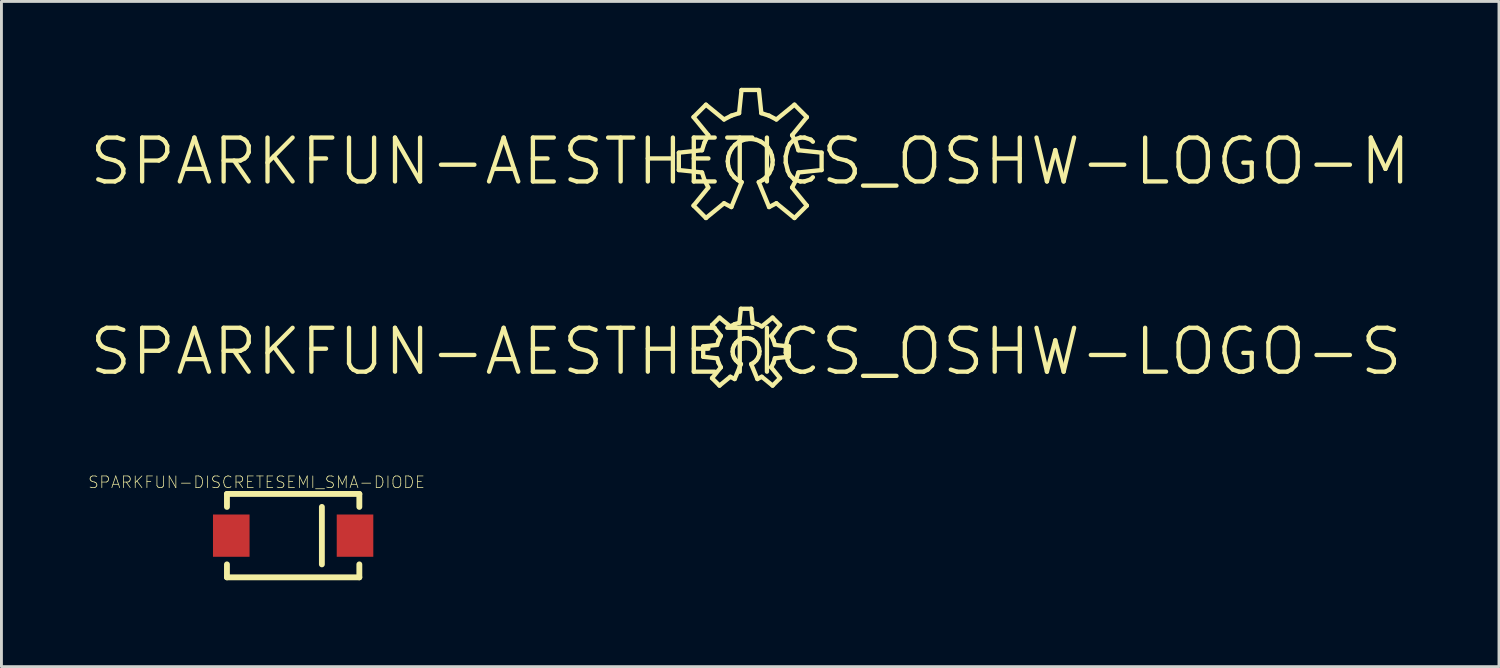
<source format=kicad_pcb>
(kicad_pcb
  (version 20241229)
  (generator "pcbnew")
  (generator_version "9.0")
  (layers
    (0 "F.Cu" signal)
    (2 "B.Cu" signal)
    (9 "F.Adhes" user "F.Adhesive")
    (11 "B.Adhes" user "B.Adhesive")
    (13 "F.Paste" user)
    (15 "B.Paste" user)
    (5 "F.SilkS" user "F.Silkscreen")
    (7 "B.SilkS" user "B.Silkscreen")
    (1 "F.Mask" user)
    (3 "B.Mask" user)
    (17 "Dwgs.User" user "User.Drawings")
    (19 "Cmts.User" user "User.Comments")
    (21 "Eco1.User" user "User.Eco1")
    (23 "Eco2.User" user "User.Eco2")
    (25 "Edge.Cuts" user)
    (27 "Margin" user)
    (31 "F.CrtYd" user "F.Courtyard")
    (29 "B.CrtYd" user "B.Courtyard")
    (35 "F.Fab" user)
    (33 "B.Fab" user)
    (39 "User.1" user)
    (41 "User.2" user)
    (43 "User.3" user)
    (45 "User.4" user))
  (footprint "SPARKFUN-AESTHETICS_OSHW-LOGO-M"
    (layer "F.Cu")
    (at 23.005 2.554)
    (property "Reference" "SPARKFUN-AESTHETICS_OSHW-LOGO-M" (at 0 0 0) (layer "F.SilkS") (effects (font (size 1.524 1.524) (thickness 0.15))))
    (attr exclude_from_pos_files exclude_from_bom)
    (fp_line (start -2.479 -0.302) (end -2.479 0.302) (stroke (width 0.15) (type solid)) (layer "F.SilkS"))
    (fp_line (start -2.479 0.302) (end -1.674 0.386) (stroke (width 0.15) (type solid)) (layer "F.SilkS"))
    (fp_line (start -1.968 -1.537) (end -1.455 -0.909) (stroke (width 0.15) (type solid)) (layer "F.SilkS"))
    (fp_line (start -1.968 1.537) (end -1.537 1.968) (stroke (width 0.15) (type solid)) (layer "F.SilkS"))
    (fp_line (start -1.674 -0.386) (end -2.479 -0.302) (stroke (width 0.15) (type solid)) (layer "F.SilkS"))
    (fp_line (start -1.674 0.386) (end -1.587 0.655) (stroke (width 0.15) (type solid)) (layer "F.SilkS"))
    (fp_line (start -1.587 -0.655) (end -1.674 -0.386) (stroke (width 0.15) (type solid)) (layer "F.SilkS"))
    (fp_line (start -1.587 0.655) (end -1.455 0.909) (stroke (width 0.15) (type solid)) (layer "F.SilkS"))
    (fp_line (start -1.537 -1.968) (end -1.968 -1.537) (stroke (width 0.15) (type solid)) (layer "F.SilkS"))
    (fp_line (start -1.537 1.968) (end -0.909 1.455) (stroke (width 0.15) (type solid)) (layer "F.SilkS"))
    (fp_line (start -1.455 -0.909) (end -1.587 -0.655) (stroke (width 0.15) (type solid)) (layer "F.SilkS"))
    (fp_line (start -1.455 0.909) (end -1.968 1.537) (stroke (width 0.15) (type solid)) (layer "F.SilkS"))
    (fp_line (start -0.909 -1.455) (end -1.537 -1.968) (stroke (width 0.15) (type solid)) (layer "F.SilkS"))
    (fp_line (start -0.909 1.455) (end -0.655 1.587) (stroke (width 0.15) (type solid)) (layer "F.SilkS"))
    (fp_line (start -0.78 0) (end -0.765 -0.157) (stroke (width 0.15) (type solid)) (layer "F.SilkS"))
    (fp_line (start -0.765 -0.157) (end -0.714 -0.312) (stroke (width 0.15) (type solid)) (layer "F.SilkS"))
    (fp_line (start -0.765 0.152) (end -0.78 0) (stroke (width 0.15) (type solid)) (layer "F.SilkS"))
    (fp_line (start -0.721 0.297) (end -0.765 0.152) (stroke (width 0.15) (type solid)) (layer "F.SilkS"))
    (fp_line (start -0.714 -0.312) (end -0.635 -0.45) (stroke (width 0.15) (type solid)) (layer "F.SilkS"))
    (fp_line (start -0.655 -1.587) (end -0.909 -1.455) (stroke (width 0.15) (type solid)) (layer "F.SilkS"))
    (fp_line (start -0.655 1.587) (end -0.297 0.721) (stroke (width 0.15) (type solid)) (layer "F.SilkS"))
    (fp_line (start -0.648 0.432) (end -0.721 0.297) (stroke (width 0.15) (type solid)) (layer "F.SilkS"))
    (fp_line (start -0.635 -0.45) (end -0.531 -0.572) (stroke (width 0.15) (type solid)) (layer "F.SilkS"))
    (fp_line (start -0.551 0.551) (end -0.648 0.432) (stroke (width 0.15) (type solid)) (layer "F.SilkS"))
    (fp_line (start -0.531 -0.572) (end -0.401 -0.668) (stroke (width 0.15) (type solid)) (layer "F.SilkS"))
    (fp_line (start -0.432 0.648) (end -0.551 0.551) (stroke (width 0.15) (type solid)) (layer "F.SilkS"))
    (fp_line (start -0.401 -0.668) (end -0.257 -0.737) (stroke (width 0.15) (type solid)) (layer "F.SilkS"))
    (fp_line (start -0.386 -1.674) (end -0.655 -1.587) (stroke (width 0.15) (type solid)) (layer "F.SilkS"))
    (fp_line (start -0.302 -2.479) (end -0.386 -1.674) (stroke (width 0.15) (type solid)) (layer "F.SilkS"))
    (fp_line (start -0.297 0.721) (end -0.432 0.648) (stroke (width 0.15) (type solid)) (layer "F.SilkS"))
    (fp_line (start -0.257 -0.737) (end -0.102 -0.772) (stroke (width 0.15) (type solid)) (layer "F.SilkS"))
    (fp_line (start -0.102 -0.772) (end 0.056 -0.777) (stroke (width 0.15) (type solid)) (layer "F.SilkS"))
    (fp_line (start 0.056 -0.777) (end 0.216 -0.749) (stroke (width 0.15) (type solid)) (layer "F.SilkS"))
    (fp_line (start 0.216 -0.749) (end 0.363 -0.688) (stroke (width 0.15) (type solid)) (layer "F.SilkS"))
    (fp_line (start 0.297 0.721) (end 0.655 1.587) (stroke (width 0.15) (type solid)) (layer "F.SilkS"))
    (fp_line (start 0.302 -2.479) (end -0.302 -2.479) (stroke (width 0.15) (type solid)) (layer "F.SilkS"))
    (fp_line (start 0.363 -0.688) (end 0.498 -0.599) (stroke (width 0.15) (type solid)) (layer "F.SilkS"))
    (fp_line (start 0.386 -1.674) (end 0.302 -2.479) (stroke (width 0.15) (type solid)) (layer "F.SilkS"))
    (fp_line (start 0.439 0.645) (end 0.297 0.721) (stroke (width 0.15) (type solid)) (layer "F.SilkS"))
    (fp_line (start 0.498 -0.599) (end 0.61 -0.485) (stroke (width 0.15) (type solid)) (layer "F.SilkS"))
    (fp_line (start 0.561 0.541) (end 0.439 0.645) (stroke (width 0.15) (type solid)) (layer "F.SilkS"))
    (fp_line (start 0.61 -0.485) (end 0.696 -0.351) (stroke (width 0.15) (type solid)) (layer "F.SilkS"))
    (fp_line (start 0.655 -1.587) (end 0.386 -1.674) (stroke (width 0.15) (type solid)) (layer "F.SilkS"))
    (fp_line (start 0.655 1.587) (end 0.909 1.455) (stroke (width 0.15) (type solid)) (layer "F.SilkS"))
    (fp_line (start 0.66 0.414) (end 0.561 0.541) (stroke (width 0.15) (type solid)) (layer "F.SilkS"))
    (fp_line (start 0.696 -0.351) (end 0.754 -0.201) (stroke (width 0.15) (type solid)) (layer "F.SilkS"))
    (fp_line (start 0.732 0.269) (end 0.66 0.414) (stroke (width 0.15) (type solid)) (layer "F.SilkS"))
    (fp_line (start 0.754 -0.201) (end 0.78 -0.043) (stroke (width 0.15) (type solid)) (layer "F.SilkS"))
    (fp_line (start 0.772 0.114) (end 0.732 0.269) (stroke (width 0.15) (type solid)) (layer "F.SilkS"))
    (fp_line (start 0.78 -0.043) (end 0.772 0.114) (stroke (width 0.15) (type solid)) (layer "F.SilkS"))
    (fp_line (start 0.909 -1.455) (end 0.655 -1.587) (stroke (width 0.15) (type solid)) (layer "F.SilkS"))
    (fp_line (start 0.909 1.455) (end 1.537 1.968) (stroke (width 0.15) (type solid)) (layer "F.SilkS"))
    (fp_line (start 1.455 -0.909) (end 1.968 -1.537) (stroke (width 0.15) (type solid)) (layer "F.SilkS"))
    (fp_line (start 1.455 0.909) (end 1.587 0.655) (stroke (width 0.15) (type solid)) (layer "F.SilkS"))
    (fp_line (start 1.537 -1.968) (end 0.909 -1.455) (stroke (width 0.15) (type solid)) (layer "F.SilkS"))
    (fp_line (start 1.537 1.968) (end 1.968 1.537) (stroke (width 0.15) (type solid)) (layer "F.SilkS"))
    (fp_line (start 1.587 -0.655) (end 1.455 -0.909) (stroke (width 0.15) (type solid)) (layer "F.SilkS"))
    (fp_line (start 1.587 0.655) (end 1.674 0.386) (stroke (width 0.15) (type solid)) (layer "F.SilkS"))
    (fp_line (start 1.674 -0.386) (end 1.587 -0.655) (stroke (width 0.15) (type solid)) (layer "F.SilkS"))
    (fp_line (start 1.674 0.386) (end 2.479 0.302) (stroke (width 0.15) (type solid)) (layer "F.SilkS"))
    (fp_line (start 1.968 -1.537) (end 1.537 -1.968) (stroke (width 0.15) (type solid)) (layer "F.SilkS"))
    (fp_line (start 1.968 1.537) (end 1.455 0.909) (stroke (width 0.15) (type solid)) (layer "F.SilkS"))
    (fp_line (start 2.479 -0.302) (end 1.674 -0.386) (stroke (width 0.15) (type solid)) (layer "F.SilkS"))
    (fp_line (start 2.479 0.302) (end 2.479 -0.302) (stroke (width 0.15) (type solid)) (layer "F.SilkS")))
  (footprint "SPARKFUN-DISCRETESEMI_SMA-DIODE"
    (layer "F.Cu")
    (at 7.131 15.553)
    (property "Reference" "SPARKFUN-DISCRETESEMI_SMA-DIODE" (at -1.27 -1.854 0) (layer "F.SilkS") (effects (font (size 0.406 0.406) (thickness 0.025))))
    (attr smd)
    (fp_line (start -2.299 -1.448) (end 2.299 -1.448) (stroke (width 0.203) (type solid)) (layer "F.SilkS"))
    (fp_line (start -2.299 -0.998) (end -2.299 -1.448) (stroke (width 0.203) (type solid)) (layer "F.SilkS"))
    (fp_line (start -2.299 1.448) (end -2.299 0.998) (stroke (width 0.203) (type solid)) (layer "F.SilkS"))
    (fp_line (start 0.998 -0.998) (end 0.998 0.998) (stroke (width 0.203) (type solid)) (layer "F.SilkS"))
    (fp_line (start 2.299 -1.448) (end 2.299 -0.998) (stroke (width 0.203) (type solid)) (layer "F.SilkS"))
    (fp_line (start 2.299 0.998) (end 2.299 1.448) (stroke (width 0.203) (type solid)) (layer "F.SilkS"))
    (fp_line (start 2.299 1.448) (end -2.299 1.448) (stroke (width 0.203) (type solid)) (layer "F.SilkS"))
    (pad "A" smd rect (at -2.149 0 180) (size 1.27 1.468) (layers "F.Cu" "F.Mask" "F.Paste"))
    (pad "C" smd rect (at 2.149 0) (size 1.27 1.468) (layers "F.Cu" "F.Mask" "F.Paste")))
  (footprint "SPARKFUN-AESTHETICS_OSHW-LOGO-S"
    (layer "F.Cu")
    (at 22.86 9.161)
    (property "Reference" "SPARKFUN-AESTHETICS_OSHW-LOGO-S" (at 0 0 0) (layer "F.SilkS") (effects (font (size 1.524 1.524) (thickness 0.15))))
    (attr exclude_from_pos_files exclude_from_bom)
    (fp_line (start -1.488 -0.18) (end -1.488 0.18) (stroke (width 0.15) (type solid)) (layer "F.SilkS"))
    (fp_line (start -1.488 0.18) (end -1.003 0.231) (stroke (width 0.15) (type solid)) (layer "F.SilkS"))
    (fp_line (start -1.181 -0.922) (end -0.874 -0.546) (stroke (width 0.15) (type solid)) (layer "F.SilkS"))
    (fp_line (start -1.181 0.922) (end -0.922 1.181) (stroke (width 0.15) (type solid)) (layer "F.SilkS"))
    (fp_line (start -1.003 -0.231) (end -1.488 -0.18) (stroke (width 0.15) (type solid)) (layer "F.SilkS"))
    (fp_line (start -1.003 0.231) (end -0.953 0.394) (stroke (width 0.15) (type solid)) (layer "F.SilkS"))
    (fp_line (start -0.953 -0.394) (end -1.003 -0.231) (stroke (width 0.15) (type solid)) (layer "F.SilkS"))
    (fp_line (start -0.953 0.394) (end -0.874 0.546) (stroke (width 0.15) (type solid)) (layer "F.SilkS"))
    (fp_line (start -0.922 -1.181) (end -1.181 -0.922) (stroke (width 0.15) (type solid)) (layer "F.SilkS"))
    (fp_line (start -0.922 1.181) (end -0.546 0.874) (stroke (width 0.15) (type solid)) (layer "F.SilkS"))
    (fp_line (start -0.874 -0.546) (end -0.953 -0.394) (stroke (width 0.15) (type solid)) (layer "F.SilkS"))
    (fp_line (start -0.874 0.546) (end -1.181 0.922) (stroke (width 0.15) (type solid)) (layer "F.SilkS"))
    (fp_line (start -0.546 -0.874) (end -0.922 -1.181) (stroke (width 0.15) (type solid)) (layer "F.SilkS"))
    (fp_line (start -0.546 0.874) (end -0.394 0.953) (stroke (width 0.15) (type solid)) (layer "F.SilkS"))
    (fp_line (start -0.467 0) (end -0.455 -0.109) (stroke (width 0.15) (type solid)) (layer "F.SilkS"))
    (fp_line (start -0.455 -0.109) (end -0.414 -0.216) (stroke (width 0.15) (type solid)) (layer "F.SilkS"))
    (fp_line (start -0.455 0.109) (end -0.467 0) (stroke (width 0.15) (type solid)) (layer "F.SilkS"))
    (fp_line (start -0.417 0.211) (end -0.455 0.109) (stroke (width 0.15) (type solid)) (layer "F.SilkS"))
    (fp_line (start -0.414 -0.216) (end -0.351 -0.307) (stroke (width 0.15) (type solid)) (layer "F.SilkS"))
    (fp_line (start -0.394 -0.953) (end -0.546 -0.874) (stroke (width 0.15) (type solid)) (layer "F.SilkS"))
    (fp_line (start -0.394 0.953) (end -0.178 0.432) (stroke (width 0.15) (type solid)) (layer "F.SilkS"))
    (fp_line (start -0.356 0.302) (end -0.417 0.211) (stroke (width 0.15) (type solid)) (layer "F.SilkS"))
    (fp_line (start -0.351 -0.307) (end -0.267 -0.384) (stroke (width 0.15) (type solid)) (layer "F.SilkS"))
    (fp_line (start -0.274 0.378) (end -0.356 0.302) (stroke (width 0.15) (type solid)) (layer "F.SilkS"))
    (fp_line (start -0.267 -0.384) (end -0.168 -0.434) (stroke (width 0.15) (type solid)) (layer "F.SilkS"))
    (fp_line (start -0.231 -1.003) (end -0.394 -0.953) (stroke (width 0.15) (type solid)) (layer "F.SilkS"))
    (fp_line (start -0.18 -1.488) (end -0.231 -1.003) (stroke (width 0.15) (type solid)) (layer "F.SilkS"))
    (fp_line (start -0.178 0.432) (end -0.274 0.378) (stroke (width 0.15) (type solid)) (layer "F.SilkS"))
    (fp_line (start -0.168 -0.434) (end -0.061 -0.462) (stroke (width 0.15) (type solid)) (layer "F.SilkS"))
    (fp_line (start -0.061 -0.462) (end 0.051 -0.465) (stroke (width 0.15) (type solid)) (layer "F.SilkS"))
    (fp_line (start 0.051 -0.465) (end 0.16 -0.439) (stroke (width 0.15) (type solid)) (layer "F.SilkS"))
    (fp_line (start 0.16 -0.439) (end 0.259 -0.389) (stroke (width 0.15) (type solid)) (layer "F.SilkS"))
    (fp_line (start 0.178 0.432) (end 0.394 0.953) (stroke (width 0.15) (type solid)) (layer "F.SilkS"))
    (fp_line (start 0.18 -1.488) (end -0.18 -1.488) (stroke (width 0.15) (type solid)) (layer "F.SilkS"))
    (fp_line (start 0.231 -1.003) (end 0.18 -1.488) (stroke (width 0.15) (type solid)) (layer "F.SilkS"))
    (fp_line (start 0.259 -0.389) (end 0.345 -0.315) (stroke (width 0.15) (type solid)) (layer "F.SilkS"))
    (fp_line (start 0.277 0.376) (end 0.178 0.432) (stroke (width 0.15) (type solid)) (layer "F.SilkS"))
    (fp_line (start 0.345 -0.315) (end 0.409 -0.224) (stroke (width 0.15) (type solid)) (layer "F.SilkS"))
    (fp_line (start 0.358 0.3) (end 0.277 0.376) (stroke (width 0.15) (type solid)) (layer "F.SilkS"))
    (fp_line (start 0.394 -0.953) (end 0.231 -1.003) (stroke (width 0.15) (type solid)) (layer "F.SilkS"))
    (fp_line (start 0.394 0.953) (end 0.546 0.874) (stroke (width 0.15) (type solid)) (layer "F.SilkS"))
    (fp_line (start 0.409 -0.224) (end 0.452 -0.119) (stroke (width 0.15) (type solid)) (layer "F.SilkS"))
    (fp_line (start 0.419 0.206) (end 0.358 0.3) (stroke (width 0.15) (type solid)) (layer "F.SilkS"))
    (fp_line (start 0.452 -0.119) (end 0.467 -0.01) (stroke (width 0.15) (type solid)) (layer "F.SilkS"))
    (fp_line (start 0.457 0.099) (end 0.419 0.206) (stroke (width 0.15) (type solid)) (layer "F.SilkS"))
    (fp_line (start 0.467 -0.01) (end 0.457 0.099) (stroke (width 0.15) (type solid)) (layer "F.SilkS"))
    (fp_line (start 0.546 -0.874) (end 0.394 -0.953) (stroke (width 0.15) (type solid)) (layer "F.SilkS"))
    (fp_line (start 0.546 0.874) (end 0.922 1.181) (stroke (width 0.15) (type solid)) (layer "F.SilkS"))
    (fp_line (start 0.874 -0.546) (end 1.181 -0.922) (stroke (width 0.15) (type solid)) (layer "F.SilkS"))
    (fp_line (start 0.874 0.546) (end 0.953 0.394) (stroke (width 0.15) (type solid)) (layer "F.SilkS"))
    (fp_line (start 0.922 -1.181) (end 0.546 -0.874) (stroke (width 0.15) (type solid)) (layer "F.SilkS"))
    (fp_line (start 0.922 1.181) (end 1.181 0.922) (stroke (width 0.15) (type solid)) (layer "F.SilkS"))
    (fp_line (start 0.953 -0.394) (end 0.874 -0.546) (stroke (width 0.15) (type solid)) (layer "F.SilkS"))
    (fp_line (start 0.953 0.394) (end 1.003 0.231) (stroke (width 0.15) (type solid)) (layer "F.SilkS"))
    (fp_line (start 1.003 -0.231) (end 0.953 -0.394) (stroke (width 0.15) (type solid)) (layer "F.SilkS"))
    (fp_line (start 1.003 0.231) (end 1.488 0.18) (stroke (width 0.15) (type solid)) (layer "F.SilkS"))
    (fp_line (start 1.181 -0.922) (end 0.922 -1.181) (stroke (width 0.15) (type solid)) (layer "F.SilkS"))
    (fp_line (start 1.181 0.922) (end 0.874 0.546) (stroke (width 0.15) (type solid)) (layer "F.SilkS"))
    (fp_line (start 1.488 -0.18) (end 1.003 -0.231) (stroke (width 0.15) (type solid)) (layer "F.SilkS"))
    (fp_line (start 1.488 0.18) (end 1.488 -0.18) (stroke (width 0.15) (type solid)) (layer "F.SilkS")))
  (gr_rect
    (start -3 -3)
    (end 49.01 20.103)
    (stroke (width 0.1) (type default))
    (fill no)
    (layer "Edge.Cuts")))
</source>
